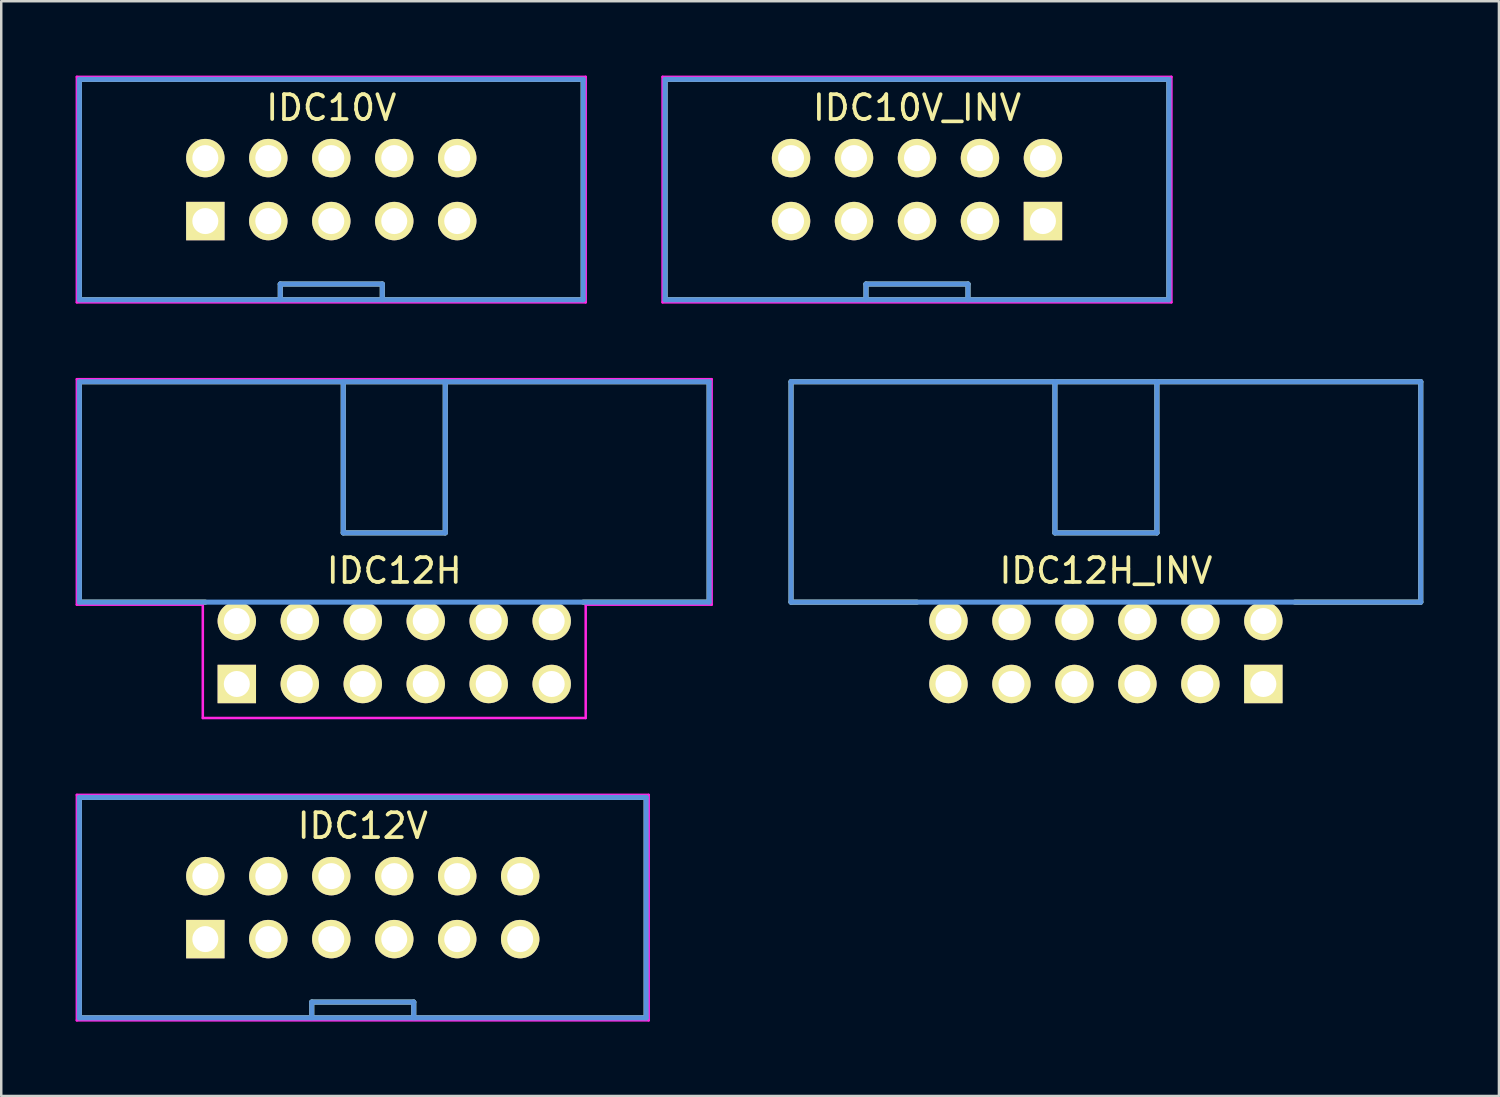
<source format=kicad_pcb>
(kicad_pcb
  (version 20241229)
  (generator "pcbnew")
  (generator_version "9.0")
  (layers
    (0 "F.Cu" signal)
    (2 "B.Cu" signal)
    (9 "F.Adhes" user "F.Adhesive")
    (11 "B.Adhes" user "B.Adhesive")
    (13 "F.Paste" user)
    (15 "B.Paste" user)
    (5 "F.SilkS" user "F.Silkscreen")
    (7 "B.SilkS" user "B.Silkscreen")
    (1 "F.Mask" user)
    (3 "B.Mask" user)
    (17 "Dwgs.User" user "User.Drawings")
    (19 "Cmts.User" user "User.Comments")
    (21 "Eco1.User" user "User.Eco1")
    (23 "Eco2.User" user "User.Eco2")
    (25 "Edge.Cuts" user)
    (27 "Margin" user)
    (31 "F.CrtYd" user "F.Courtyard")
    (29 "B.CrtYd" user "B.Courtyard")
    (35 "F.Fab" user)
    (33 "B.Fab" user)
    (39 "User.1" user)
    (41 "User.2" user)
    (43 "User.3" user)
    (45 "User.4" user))
  (footprint "IDC12H"
    (layer "F.Cu")
    (at 6.502 24.539)
    (property "Reference" "IDC12H" (at 6.35 -4.572 0) (layer "F.SilkS") (effects (font (size 1.001 1.001) (thickness 0.15))))
    (attr through_hole)
    (fp_line (start -6.35 -12.192) (end 19.05 -12.192) (stroke (width 0.203) (type solid)) (layer "F.SilkS"))
    (fp_line (start -6.35 -3.302) (end -6.35 -12.192) (stroke (width 0.203) (type solid)) (layer "F.SilkS"))
    (fp_line (start -6.35 -3.302) (end -1.27 -3.302) (stroke (width 0.203) (type solid)) (layer "F.SilkS"))
    (fp_line (start 4.293 -12.192) (end 4.293 -6.096) (stroke (width 0.203) (type solid)) (layer "F.SilkS"))
    (fp_line (start 4.293 -6.096) (end 8.407 -6.096) (stroke (width 0.203) (type solid)) (layer "F.SilkS"))
    (fp_line (start 8.407 -12.192) (end 8.407 -6.096) (stroke (width 0.203) (type solid)) (layer "F.SilkS"))
    (fp_line (start 19.05 -12.192) (end 19.05 -3.302) (stroke (width 0.203) (type solid)) (layer "F.SilkS"))
    (fp_line (start 19.05 -3.302) (end 13.97 -3.302) (stroke (width 0.203) (type solid)) (layer "F.SilkS"))
    (fp_line (start -6.35 -12.192) (end -6.35 -3.302) (stroke (width 0.203) (type solid)) (layer "Cmts.User"))
    (fp_line (start -6.35 -3.302) (end 19.05 -3.302) (stroke (width 0.203) (type solid)) (layer "Cmts.User"))
    (fp_line (start 4.293 -12.192) (end 4.293 -6.096) (stroke (width 0.203) (type solid)) (layer "Cmts.User"))
    (fp_line (start 4.293 -6.096) (end 8.407 -6.096) (stroke (width 0.203) (type solid)) (layer "Cmts.User"))
    (fp_line (start 8.407 -12.192) (end 8.407 -6.096) (stroke (width 0.203) (type solid)) (layer "Cmts.User"))
    (fp_line (start 19.05 -12.192) (end -6.35 -12.192) (stroke (width 0.203) (type solid)) (layer "Cmts.User"))
    (fp_line (start 19.05 -3.302) (end 19.05 -12.192) (stroke (width 0.203) (type solid)) (layer "Cmts.User"))
    (fp_line (start -6.452 -12.294) (end -6.452 -3.2) (stroke (width 0.102) (type solid)) (layer "F.CrtYd"))
    (fp_line (start -6.452 -3.2) (end -1.372 -3.2) (stroke (width 0.102) (type solid)) (layer "F.CrtYd"))
    (fp_line (start -1.372 -3.2) (end -1.372 1.372) (stroke (width 0.102) (type solid)) (layer "F.CrtYd"))
    (fp_line (start -1.372 1.372) (end 14.072 1.372) (stroke (width 0.102) (type solid)) (layer "F.CrtYd"))
    (fp_line (start 14.072 -3.2) (end 19.152 -3.2) (stroke (width 0.102) (type solid)) (layer "F.CrtYd"))
    (fp_line (start 14.072 1.372) (end 14.072 -3.2) (stroke (width 0.102) (type solid)) (layer "F.CrtYd"))
    (fp_line (start 19.152 -12.294) (end -6.452 -12.294) (stroke (width 0.102) (type solid)) (layer "F.CrtYd"))
    (fp_line (start 19.152 -3.2) (end 19.152 -12.294) (stroke (width 0.102) (type solid)) (layer "F.CrtYd"))
    (pad "1" thru_hole rect (at 0 0) (size 1.549 1.549) (drill 1.049) (layers "*.Cu" "*.Mask" "F.SilkS"))
    (pad "2" thru_hole circle (at 0 -2.54) (size 1.549 1.549) (drill 1.049) (layers "*.Cu" "*.Mask" "F.SilkS"))
    (pad "3" thru_hole circle (at 2.54 0) (size 1.549 1.549) (drill 1.049) (layers "*.Cu" "*.Mask" "F.SilkS"))
    (pad "4" thru_hole circle (at 2.54 -2.54) (size 1.549 1.549) (drill 1.049) (layers "*.Cu" "*.Mask" "F.SilkS"))
    (pad "5" thru_hole circle (at 5.08 0) (size 1.549 1.549) (drill 1.049) (layers "*.Cu" "*.Mask" "F.SilkS"))
    (pad "6" thru_hole circle (at 5.08 -2.54) (size 1.549 1.549) (drill 1.049) (layers "*.Cu" "*.Mask" "F.SilkS"))
    (pad "7" thru_hole circle (at 7.62 0) (size 1.549 1.549) (drill 1.049) (layers "*.Cu" "*.Mask" "F.SilkS"))
    (pad "8" thru_hole circle (at 7.62 -2.54) (size 1.549 1.549) (drill 1.049) (layers "*.Cu" "*.Mask" "F.SilkS"))
    (pad "9" thru_hole circle (at 10.16 0) (size 1.549 1.549) (drill 1.049) (layers "*.Cu" "*.Mask" "F.SilkS"))
    (pad "10" thru_hole circle (at 10.16 -2.54) (size 1.549 1.549) (drill 1.049) (layers "*.Cu" "*.Mask" "F.SilkS"))
    (pad "11" thru_hole circle (at 12.7 0) (size 1.549 1.549) (drill 1.049) (layers "*.Cu" "*.Mask" "F.SilkS"))
    (pad "12" thru_hole circle (at 12.7 -2.54) (size 1.549 1.549) (drill 1.049) (layers "*.Cu" "*.Mask" "F.SilkS")))
  (footprint "IDC10V"
    (layer "F.Cu")
    (at 5.232 5.867)
    (property "Reference" "IDC10V" (at 5.08 -4.572 0) (layer "F.SilkS") (effects (font (size 1.001 1.001) (thickness 0.15))))
    (attr through_hole)
    (fp_line (start -5.08 -5.715) (end 15.24 -5.715) (stroke (width 0.203) (type solid)) (layer "F.SilkS"))
    (fp_line (start -5.08 3.175) (end -5.08 -5.715) (stroke (width 0.203) (type solid)) (layer "F.SilkS"))
    (fp_line (start 3.023 2.54) (end 7.137 2.54) (stroke (width 0.203) (type solid)) (layer "F.SilkS"))
    (fp_line (start 3.023 3.175) (end 3.023 2.54) (stroke (width 0.203) (type solid)) (layer "F.SilkS"))
    (fp_line (start 7.137 3.175) (end 7.137 2.54) (stroke (width 0.203) (type solid)) (layer "F.SilkS"))
    (fp_line (start 15.24 -5.715) (end 15.24 3.175) (stroke (width 0.203) (type solid)) (layer "F.SilkS"))
    (fp_line (start 15.24 3.175) (end -5.08 3.175) (stroke (width 0.203) (type solid)) (layer "F.SilkS"))
    (fp_line (start -5.08 -5.715) (end 15.24 -5.715) (stroke (width 0.203) (type solid)) (layer "Cmts.User"))
    (fp_line (start -5.08 3.175) (end -5.08 -5.715) (stroke (width 0.203) (type solid)) (layer "Cmts.User"))
    (fp_line (start 3.023 2.54) (end 7.137 2.54) (stroke (width 0.203) (type solid)) (layer "Cmts.User"))
    (fp_line (start 3.023 3.175) (end 3.023 2.54) (stroke (width 0.203) (type solid)) (layer "Cmts.User"))
    (fp_line (start 7.137 3.175) (end 7.137 2.54) (stroke (width 0.203) (type solid)) (layer "Cmts.User"))
    (fp_line (start 15.24 -5.715) (end 15.24 3.175) (stroke (width 0.203) (type solid)) (layer "Cmts.User"))
    (fp_line (start 15.24 3.175) (end -5.08 3.175) (stroke (width 0.203) (type solid)) (layer "Cmts.User"))
    (fp_line (start -5.182 -5.817) (end 15.342 -5.817) (stroke (width 0.102) (type solid)) (layer "F.CrtYd"))
    (fp_line (start -5.182 3.277) (end -5.182 -5.817) (stroke (width 0.102) (type solid)) (layer "F.CrtYd"))
    (fp_line (start 15.342 -5.817) (end 15.342 3.277) (stroke (width 0.102) (type solid)) (layer "F.CrtYd"))
    (fp_line (start 15.342 3.277) (end -5.182 3.277) (stroke (width 0.102) (type solid)) (layer "F.CrtYd"))
    (pad "1" thru_hole rect (at 0 0) (size 1.549 1.549) (drill 1.049) (layers "*.Cu" "*.Mask" "F.SilkS"))
    (pad "2" thru_hole circle (at 0 -2.54) (size 1.549 1.549) (drill 1.049) (layers "*.Cu" "*.Mask" "F.SilkS"))
    (pad "3" thru_hole circle (at 2.54 0) (size 1.549 1.549) (drill 1.049) (layers "*.Cu" "*.Mask" "F.SilkS"))
    (pad "4" thru_hole circle (at 2.54 -2.54) (size 1.549 1.549) (drill 1.049) (layers "*.Cu" "*.Mask" "F.SilkS"))
    (pad "5" thru_hole circle (at 5.08 0) (size 1.549 1.549) (drill 1.049) (layers "*.Cu" "*.Mask" "F.SilkS"))
    (pad "6" thru_hole circle (at 5.08 -2.54) (size 1.549 1.549) (drill 1.049) (layers "*.Cu" "*.Mask" "F.SilkS"))
    (pad "7" thru_hole circle (at 7.62 0) (size 1.549 1.549) (drill 1.049) (layers "*.Cu" "*.Mask" "F.SilkS"))
    (pad "8" thru_hole circle (at 7.62 -2.54) (size 1.549 1.549) (drill 1.049) (layers "*.Cu" "*.Mask" "F.SilkS"))
    (pad "9" thru_hole circle (at 10.16 0) (size 1.549 1.549) (drill 1.049) (layers "*.Cu" "*.Mask" "F.SilkS"))
    (pad "10" thru_hole circle (at 10.16 -2.54) (size 1.549 1.549) (drill 1.049) (layers "*.Cu" "*.Mask" "F.SilkS")))
  (footprint "IDC12V"
    (layer "F.Cu")
    (at 5.232 34.829)
    (property "Reference" "IDC12V" (at 6.35 -4.572 0) (layer "F.SilkS") (effects (font (size 1.001 1.001) (thickness 0.15))))
    (attr through_hole)
    (fp_line (start -5.08 -5.715) (end 17.78 -5.715) (stroke (width 0.203) (type solid)) (layer "F.SilkS"))
    (fp_line (start -5.08 3.175) (end -5.08 -5.715) (stroke (width 0.203) (type solid)) (layer "F.SilkS"))
    (fp_line (start 4.293 2.54) (end 8.407 2.54) (stroke (width 0.203) (type solid)) (layer "F.SilkS"))
    (fp_line (start 4.293 3.175) (end 4.293 2.54) (stroke (width 0.203) (type solid)) (layer "F.SilkS"))
    (fp_line (start 8.407 3.175) (end 8.407 2.54) (stroke (width 0.203) (type solid)) (layer "F.SilkS"))
    (fp_line (start 17.78 -5.715) (end 17.78 3.175) (stroke (width 0.203) (type solid)) (layer "F.SilkS"))
    (fp_line (start 17.78 3.175) (end -5.08 3.175) (stroke (width 0.203) (type solid)) (layer "F.SilkS"))
    (fp_line (start -5.08 -5.715) (end 17.78 -5.715) (stroke (width 0.203) (type solid)) (layer "Cmts.User"))
    (fp_line (start -5.08 3.175) (end -5.08 -5.715) (stroke (width 0.203) (type solid)) (layer "Cmts.User"))
    (fp_line (start 4.293 2.54) (end 8.407 2.54) (stroke (width 0.203) (type solid)) (layer "Cmts.User"))
    (fp_line (start 4.293 3.175) (end 4.293 2.54) (stroke (width 0.203) (type solid)) (layer "Cmts.User"))
    (fp_line (start 8.407 3.175) (end 8.407 2.54) (stroke (width 0.203) (type solid)) (layer "Cmts.User"))
    (fp_line (start 17.78 -5.715) (end 17.78 3.175) (stroke (width 0.203) (type solid)) (layer "Cmts.User"))
    (fp_line (start 17.78 3.175) (end -5.08 3.175) (stroke (width 0.203) (type solid)) (layer "Cmts.User"))
    (fp_line (start -5.182 -5.817) (end 17.882 -5.817) (stroke (width 0.102) (type solid)) (layer "F.CrtYd"))
    (fp_line (start -5.182 3.277) (end -5.182 -5.817) (stroke (width 0.102) (type solid)) (layer "F.CrtYd"))
    (fp_line (start 17.882 -5.817) (end 17.882 3.277) (stroke (width 0.102) (type solid)) (layer "F.CrtYd"))
    (fp_line (start 17.882 3.277) (end -5.182 3.277) (stroke (width 0.102) (type solid)) (layer "F.CrtYd"))
    (pad "1" thru_hole rect (at 0 0) (size 1.549 1.549) (drill 1.049) (layers "*.Cu" "*.Mask" "F.SilkS"))
    (pad "2" thru_hole circle (at 0 -2.54) (size 1.549 1.549) (drill 1.049) (layers "*.Cu" "*.Mask" "F.SilkS"))
    (pad "3" thru_hole circle (at 2.54 0) (size 1.549 1.549) (drill 1.049) (layers "*.Cu" "*.Mask" "F.SilkS"))
    (pad "4" thru_hole circle (at 2.54 -2.54) (size 1.549 1.549) (drill 1.049) (layers "*.Cu" "*.Mask" "F.SilkS"))
    (pad "5" thru_hole circle (at 5.08 0) (size 1.549 1.549) (drill 1.049) (layers "*.Cu" "*.Mask" "F.SilkS"))
    (pad "6" thru_hole circle (at 5.08 -2.54) (size 1.549 1.549) (drill 1.049) (layers "*.Cu" "*.Mask" "F.SilkS"))
    (pad "7" thru_hole circle (at 7.62 0) (size 1.549 1.549) (drill 1.049) (layers "*.Cu" "*.Mask" "F.SilkS"))
    (pad "8" thru_hole circle (at 7.62 -2.54) (size 1.549 1.549) (drill 1.049) (layers "*.Cu" "*.Mask" "F.SilkS"))
    (pad "9" thru_hole circle (at 10.16 0) (size 1.549 1.549) (drill 1.049) (layers "*.Cu" "*.Mask" "F.SilkS"))
    (pad "10" thru_hole circle (at 10.16 -2.54) (size 1.549 1.549) (drill 1.049) (layers "*.Cu" "*.Mask" "F.SilkS"))
    (pad "11" thru_hole circle (at 12.7 0) (size 1.549 1.549) (drill 1.049) (layers "*.Cu" "*.Mask" "F.SilkS"))
    (pad "12" thru_hole circle (at 12.7 -2.54) (size 1.549 1.549) (drill 1.049) (layers "*.Cu" "*.Mask" "F.SilkS")))
  (footprint "IDC10V_INV"
    (layer "F.Cu")
    (at 28.857 5.867)
    (property "Reference" "IDC10V_INV" (at 5.08 -4.572 0) (layer "F.SilkS") (effects (font (size 1.001 1.001) (thickness 0.15))))
    (attr through_hole)
    (fp_line (start -5.08 -5.715) (end 15.24 -5.715) (stroke (width 0.203) (type solid)) (layer "F.SilkS"))
    (fp_line (start -5.08 3.175) (end -5.08 -5.715) (stroke (width 0.203) (type solid)) (layer "F.SilkS"))
    (fp_line (start 3.023 2.54) (end 7.137 2.54) (stroke (width 0.203) (type solid)) (layer "F.SilkS"))
    (fp_line (start 3.023 3.175) (end 3.023 2.54) (stroke (width 0.203) (type solid)) (layer "F.SilkS"))
    (fp_line (start 7.137 3.175) (end 7.137 2.54) (stroke (width 0.203) (type solid)) (layer "F.SilkS"))
    (fp_line (start 15.24 -5.715) (end 15.24 3.175) (stroke (width 0.203) (type solid)) (layer "F.SilkS"))
    (fp_line (start 15.24 3.175) (end -5.08 3.175) (stroke (width 0.203) (type solid)) (layer "F.SilkS"))
    (fp_line (start -5.08 -5.715) (end 15.24 -5.715) (stroke (width 0.203) (type solid)) (layer "Cmts.User"))
    (fp_line (start -5.08 3.175) (end -5.08 -5.715) (stroke (width 0.203) (type solid)) (layer "Cmts.User"))
    (fp_line (start 3.023 2.54) (end 7.137 2.54) (stroke (width 0.203) (type solid)) (layer "Cmts.User"))
    (fp_line (start 3.023 3.175) (end 3.023 2.54) (stroke (width 0.203) (type solid)) (layer "Cmts.User"))
    (fp_line (start 7.137 3.175) (end 7.137 2.54) (stroke (width 0.203) (type solid)) (layer "Cmts.User"))
    (fp_line (start 15.24 -5.715) (end 15.24 3.175) (stroke (width 0.203) (type solid)) (layer "Cmts.User"))
    (fp_line (start 15.24 3.175) (end -5.08 3.175) (stroke (width 0.203) (type solid)) (layer "Cmts.User"))
    (fp_line (start -5.182 -5.817) (end 15.342 -5.817) (stroke (width 0.102) (type solid)) (layer "F.CrtYd"))
    (fp_line (start -5.182 3.277) (end -5.182 -5.817) (stroke (width 0.102) (type solid)) (layer "F.CrtYd"))
    (fp_line (start 15.342 -5.817) (end 15.342 3.277) (stroke (width 0.102) (type solid)) (layer "F.CrtYd"))
    (fp_line (start 15.342 3.277) (end -5.182 3.277) (stroke (width 0.102) (type solid)) (layer "F.CrtYd"))
    (pad "1" thru_hole rect (at 10.16 0) (size 1.549 1.549) (drill 1.049) (layers "*.Cu" "*.Mask" "F.SilkS"))
    (pad "2" thru_hole circle (at 10.16 -2.54) (size 1.549 1.549) (drill 1.049) (layers "*.Cu" "*.Mask" "F.SilkS"))
    (pad "3" thru_hole circle (at 7.62 0) (size 1.549 1.549) (drill 1.049) (layers "*.Cu" "*.Mask" "F.SilkS"))
    (pad "4" thru_hole circle (at 7.62 -2.54) (size 1.549 1.549) (drill 1.049) (layers "*.Cu" "*.Mask" "F.SilkS"))
    (pad "5" thru_hole circle (at 5.08 0) (size 1.549 1.549) (drill 1.049) (layers "*.Cu" "*.Mask" "F.SilkS"))
    (pad "6" thru_hole circle (at 5.08 -2.54) (size 1.549 1.549) (drill 1.049) (layers "*.Cu" "*.Mask" "F.SilkS"))
    (pad "7" thru_hole circle (at 2.54 0) (size 1.549 1.549) (drill 1.049) (layers "*.Cu" "*.Mask" "F.SilkS"))
    (pad "8" thru_hole circle (at 2.54 -2.54) (size 1.549 1.549) (drill 1.049) (layers "*.Cu" "*.Mask" "F.SilkS"))
    (pad "9" thru_hole circle (at 0 0) (size 1.549 1.549) (drill 1.049) (layers "*.Cu" "*.Mask" "F.SilkS"))
    (pad "10" thru_hole circle (at 0 -2.54) (size 1.549 1.549) (drill 1.049) (layers "*.Cu" "*.Mask" "F.SilkS")))
  (footprint "IDC12H_INV"
    (layer "F.Cu")
    (at 35.207 24.539)
    (property "Reference" "IDC12H_INV" (at 6.35 -4.572 0) (layer "F.SilkS") (effects (font (size 1.001 1.001) (thickness 0.15))))
    (attr through_hole)
    (fp_line (start -6.35 -12.192) (end 19.05 -12.192) (stroke (width 0.203) (type solid)) (layer "F.SilkS"))
    (fp_line (start -6.35 -3.302) (end -6.35 -12.192) (stroke (width 0.203) (type solid)) (layer "F.SilkS"))
    (fp_line (start -6.35 -3.302) (end -1.27 -3.302) (stroke (width 0.203) (type solid)) (layer "F.SilkS"))
    (fp_line (start 4.293 -12.192) (end 4.293 -6.096) (stroke (width 0.203) (type solid)) (layer "F.SilkS"))
    (fp_line (start 4.293 -6.096) (end 8.407 -6.096) (stroke (width 0.203) (type solid)) (layer "F.SilkS"))
    (fp_line (start 8.407 -12.192) (end 8.407 -6.096) (stroke (width 0.203) (type solid)) (layer "F.SilkS"))
    (fp_line (start 19.05 -12.192) (end 19.05 -3.302) (stroke (width 0.203) (type solid)) (layer "F.SilkS"))
    (fp_line (start 19.05 -3.302) (end 13.97 -3.302) (stroke (width 0.203) (type solid)) (layer "F.SilkS"))
    (fp_line (start -6.35 -12.192) (end -6.35 -3.302) (stroke (width 0.203) (type solid)) (layer "Cmts.User"))
    (fp_line (start -6.35 -3.302) (end 19.05 -3.302) (stroke (width 0.203) (type solid)) (layer "Cmts.User"))
    (fp_line (start 4.293 -12.192) (end 4.293 -6.096) (stroke (width 0.203) (type solid)) (layer "Cmts.User"))
    (fp_line (start 4.293 -6.096) (end 8.407 -6.096) (stroke (width 0.203) (type solid)) (layer "Cmts.User"))
    (fp_line (start 8.407 -12.192) (end 8.407 -6.096) (stroke (width 0.203) (type solid)) (layer "Cmts.User"))
    (fp_line (start 19.05 -12.192) (end -6.35 -12.192) (stroke (width 0.203) (type solid)) (layer "Cmts.User"))
    (fp_line (start 19.05 -3.302) (end 19.05 -12.192) (stroke (width 0.203) (type solid)) (layer "Cmts.User"))
    (fp_line (start -6.452 -12.294) (end -6.452 -3.2) (stroke (width 0.102) (type solid)) (layer "Eco1.User"))
    (fp_line (start -6.452 -3.2) (end -1.372 -3.2) (stroke (width 0.102) (type solid)) (layer "Eco1.User"))
    (fp_line (start -1.372 -3.2) (end -1.372 1.372) (stroke (width 0.102) (type solid)) (layer "Eco1.User"))
    (fp_line (start -1.372 1.372) (end 14.072 1.372) (stroke (width 0.102) (type solid)) (layer "Eco1.User"))
    (fp_line (start 14.072 -3.2) (end 19.152 -3.2) (stroke (width 0.102) (type solid)) (layer "Eco1.User"))
    (fp_line (start 14.072 1.372) (end 14.072 -3.2) (stroke (width 0.102) (type solid)) (layer "Eco1.User"))
    (fp_line (start 19.152 -12.294) (end -6.452 -12.294) (stroke (width 0.102) (type solid)) (layer "Eco1.User"))
    (fp_line (start 19.152 -3.2) (end 19.152 -12.294) (stroke (width 0.102) (type solid)) (layer "Eco1.User"))
    (pad "1" thru_hole rect (at 12.7 0) (size 1.549 1.549) (drill 1.049) (layers "*.Cu" "*.Mask" "F.SilkS"))
    (pad "2" thru_hole circle (at 12.7 -2.54) (size 1.549 1.549) (drill 1.049) (layers "*.Cu" "*.Mask" "F.SilkS"))
    (pad "3" thru_hole circle (at 10.16 0) (size 1.549 1.549) (drill 1.049) (layers "*.Cu" "*.Mask" "F.SilkS"))
    (pad "4" thru_hole circle (at 10.16 -2.54) (size 1.549 1.549) (drill 1.049) (layers "*.Cu" "*.Mask" "F.SilkS"))
    (pad "5" thru_hole circle (at 7.62 0) (size 1.549 1.549) (drill 1.049) (layers "*.Cu" "*.Mask" "F.SilkS"))
    (pad "6" thru_hole circle (at 7.62 -2.54) (size 1.549 1.549) (drill 1.049) (layers "*.Cu" "*.Mask" "F.SilkS"))
    (pad "7" thru_hole circle (at 5.08 0) (size 1.549 1.549) (drill 1.049) (layers "*.Cu" "*.Mask" "F.SilkS"))
    (pad "8" thru_hole circle (at 5.08 -2.54) (size 1.549 1.549) (drill 1.049) (layers "*.Cu" "*.Mask" "F.SilkS"))
    (pad "9" thru_hole circle (at 2.54 0) (size 1.549 1.549) (drill 1.049) (layers "*.Cu" "*.Mask" "F.SilkS"))
    (pad "10" thru_hole circle (at 2.54 -2.54) (size 1.549 1.549) (drill 1.049) (layers "*.Cu" "*.Mask" "F.SilkS"))
    (pad "11" thru_hole circle (at 0 0) (size 1.549 1.549) (drill 1.049) (layers "*.Cu" "*.Mask" "F.SilkS"))
    (pad "12" thru_hole circle (at 0 -2.54) (size 1.549 1.549) (drill 1.049) (layers "*.Cu" "*.Mask" "F.SilkS")))
  (gr_rect
    (start -3 -3)
    (end 57.41 41.156)
    (stroke (width 0.1) (type default))
    (fill no)
    (layer "Edge.Cuts")))
</source>
